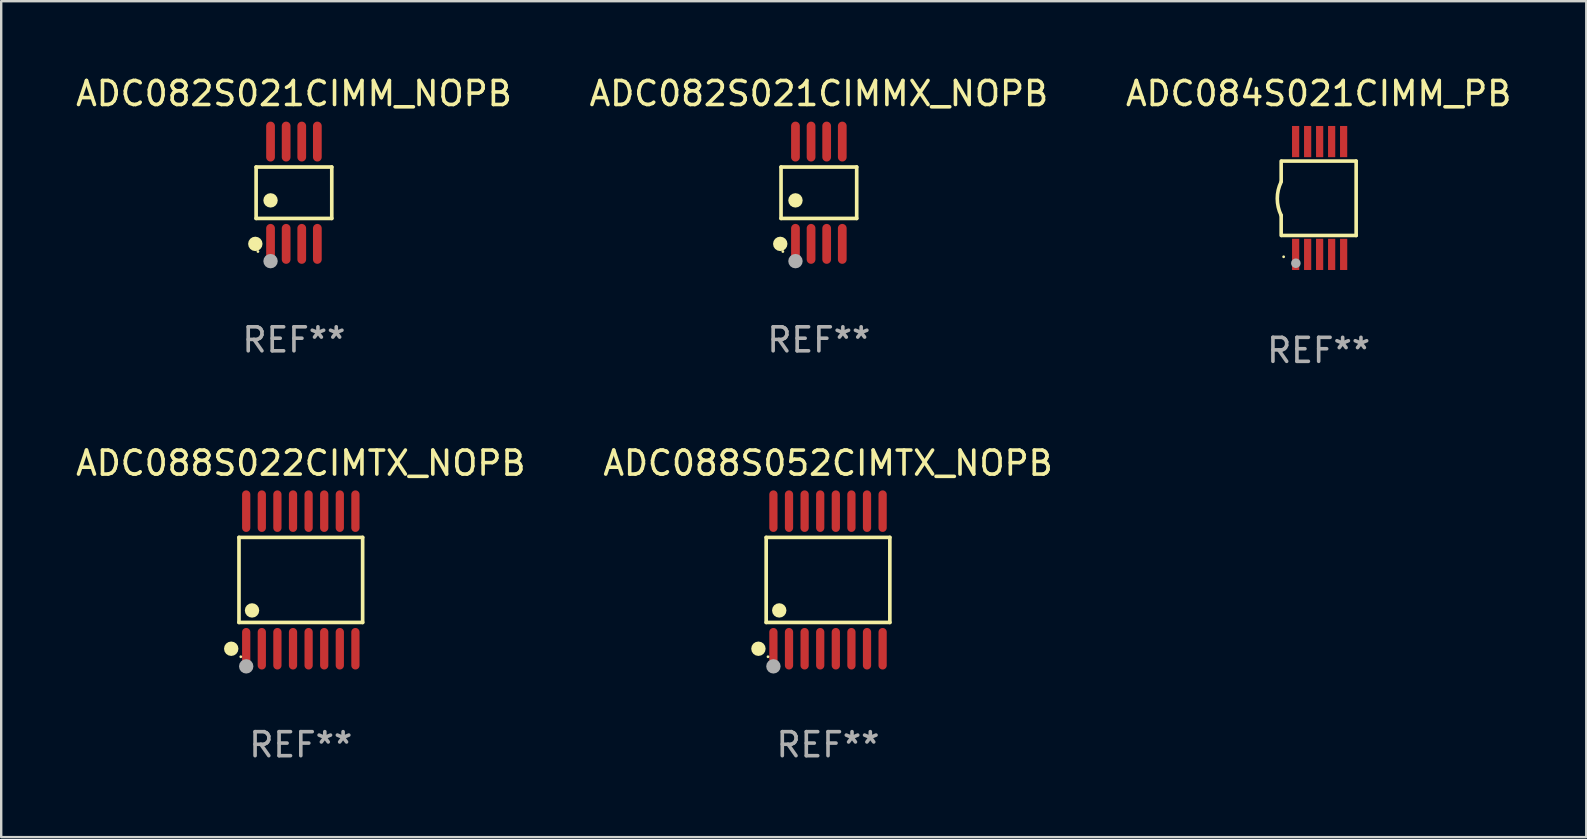
<source format=kicad_pcb>
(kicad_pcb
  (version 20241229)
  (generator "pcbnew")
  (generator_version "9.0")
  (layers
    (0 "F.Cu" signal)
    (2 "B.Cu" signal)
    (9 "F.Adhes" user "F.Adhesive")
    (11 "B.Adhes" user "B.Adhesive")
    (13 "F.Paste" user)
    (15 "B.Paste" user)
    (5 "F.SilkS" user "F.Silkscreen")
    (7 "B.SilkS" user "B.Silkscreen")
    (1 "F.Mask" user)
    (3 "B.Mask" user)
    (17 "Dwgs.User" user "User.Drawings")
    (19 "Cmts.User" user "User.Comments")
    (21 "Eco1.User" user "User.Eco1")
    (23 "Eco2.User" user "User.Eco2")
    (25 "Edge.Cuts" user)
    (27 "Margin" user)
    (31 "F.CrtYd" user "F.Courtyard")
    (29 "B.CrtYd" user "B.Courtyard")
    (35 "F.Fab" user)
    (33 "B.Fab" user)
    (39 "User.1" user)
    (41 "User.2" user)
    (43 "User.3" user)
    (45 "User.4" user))
  (footprint "ADC084S021CIMM_PB"
    (layer "F.Cu")
    (at 51.887 5.198)
    (property "Reference" "ADC084S021CIMM_PB" (at 0 -4.35 0) (layer "F.SilkS") (effects (font (size 1 1) (thickness 0.15))))
    (attr through_hole)
    (fp_line (start -1.562 -1.537) (end -1.562 -0.698) (stroke (width 0.15) (type solid)) (layer "F.SilkS"))
    (fp_line (start -1.562 0.724) (end -1.562 1.562) (stroke (width 0.15) (type solid)) (layer "F.SilkS"))
    (fp_line (start -1.538 -1.537) (end 1.562 -1.537) (stroke (width 0.15) (type solid)) (layer "F.SilkS"))
    (fp_line (start -1.538 1.562) (end 1.562 1.562) (stroke (width 0.15) (type solid)) (layer "F.SilkS"))
    (fp_line (start 1.562 1.564) (end 1.562 -1.537) (stroke (width 0.15) (type solid)) (layer "F.SilkS"))
    (fp_arc (start -1.562103 0.724079) (mid -1.723579 0.025578) (end -1.562103 -0.672924) (stroke (width 0.150013) (type solid)) (layer "F.SilkS"))
    (fp_circle (center -1.459 2.45) (end -1.429 2.45) (stroke (width 0.06) (type solid)) (fill no) (layer "F.SilkS"))
    (fp_circle (center -0.95 2.718) (end -0.85 2.718) (stroke (width 0.2) (type solid)) (fill no) (layer "F.Fab"))
    (fp_text user "REF**" (at 0 6.35 0) (layer "F.Fab") (effects (font (size 1 1) (thickness 0.15))))
    (pad "1" smd rect (at -0.959 2.35) (size 0.3 1.3) (layers "F.Cu" "F.Mask" "F.Paste"))
    (pad "2" smd rect (at -0.459 2.35) (size 0.3 1.3) (layers "F.Cu" "F.Mask" "F.Paste"))
    (pad "3" smd rect (at 0.04 2.35) (size 0.3 1.3) (layers "F.Cu" "F.Mask" "F.Paste"))
    (pad "4" smd rect (at 0.541 2.35) (size 0.3 1.3) (layers "F.Cu" "F.Mask" "F.Paste"))
    (pad "5" smd rect (at 1.041 2.35) (size 0.3 1.3) (layers "F.Cu" "F.Mask" "F.Paste"))
    (pad "6" smd rect (at 1.04 -2.35) (size 0.3 1.3) (layers "F.Cu" "F.Mask" "F.Paste"))
    (pad "7" smd rect (at 0.541 -2.35) (size 0.3 1.3) (layers "F.Cu" "F.Mask" "F.Paste"))
    (pad "8" smd rect (at 0.041 -2.35) (size 0.3 1.3) (layers "F.Cu" "F.Mask" "F.Paste"))
    (pad "9" smd rect (at -0.459 -2.35) (size 0.3 1.3) (layers "F.Cu" "F.Mask" "F.Paste"))
    (pad "10" smd rect (at -0.96 -2.35) (size 0.3 1.3) (layers "F.Cu" "F.Mask" "F.Paste")))
  (footprint "ADC088S022CIMTX_NOPB"
    (layer "F.Cu")
    (at 9.482 21.111)
    (property "Reference" "ADC088S022CIMTX_NOPB" (at 0 -4.866 0) (layer "F.SilkS") (effects (font (size 1 1) (thickness 0.15))))
    (attr through_hole)
    (fp_line (start -2.576 -1.772) (end 2.576 -1.772) (stroke (width 0.152) (type solid)) (layer "F.SilkS"))
    (fp_line (start -2.576 1.771) (end -2.576 -1.772) (stroke (width 0.152) (type solid)) (layer "F.SilkS"))
    (fp_line (start 2.576 -1.772) (end 2.576 1.771) (stroke (width 0.152) (type solid)) (layer "F.SilkS"))
    (fp_line (start 2.576 1.771) (end -2.576 1.771) (stroke (width 0.152) (type solid)) (layer "F.SilkS"))
    (fp_circle (center -2.899 2.866) (end -2.749 2.866) (stroke (width 0.3) (type solid)) (fill no) (layer "F.SilkS"))
    (fp_circle (center -2.5 3.2) (end -2.47 3.2) (stroke (width 0.06) (type solid)) (fill no) (layer "F.SilkS"))
    (fp_circle (center -2.032 1.27) (end -1.882 1.27) (stroke (width 0.3) (type solid)) (fill no) (layer "F.SilkS"))
    (fp_circle (center -2.275 3.6) (end -2.125 3.6) (stroke (width 0.3) (type solid)) (fill no) (layer "F.Fab"))
    (fp_text user "REF**" (at 0 6.866 0) (layer "F.Fab") (effects (font (size 1 1) (thickness 0.15))))
    (pad "1" smd oval (at -2.275 2.866) (size 0.343 1.731) (layers "F.Cu" "F.Mask" "F.Paste"))
    (pad "2" smd oval (at -1.625 2.866) (size 0.343 1.731) (layers "F.Cu" "F.Mask" "F.Paste"))
    (pad "3" smd oval (at -0.975 2.866) (size 0.343 1.731) (layers "F.Cu" "F.Mask" "F.Paste"))
    (pad "4" smd oval (at -0.325 2.866) (size 0.343 1.731) (layers "F.Cu" "F.Mask" "F.Paste"))
    (pad "5" smd oval (at 0.325 2.866) (size 0.343 1.731) (layers "F.Cu" "F.Mask" "F.Paste"))
    (pad "6" smd oval (at 0.975 2.866) (size 0.343 1.731) (layers "F.Cu" "F.Mask" "F.Paste"))
    (pad "7" smd oval (at 1.625 2.866) (size 0.343 1.731) (layers "F.Cu" "F.Mask" "F.Paste"))
    (pad "8" smd oval (at 2.275 2.866) (size 0.343 1.731) (layers "F.Cu" "F.Mask" "F.Paste"))
    (pad "9" smd oval (at 2.275 -2.866) (size 0.343 1.731) (layers "F.Cu" "F.Mask" "F.Paste"))
    (pad "10" smd oval (at 1.625 -2.866) (size 0.343 1.731) (layers "F.Cu" "F.Mask" "F.Paste"))
    (pad "11" smd oval (at 0.975 -2.866) (size 0.343 1.731) (layers "F.Cu" "F.Mask" "F.Paste"))
    (pad "12" smd oval (at 0.325 -2.866) (size 0.343 1.731) (layers "F.Cu" "F.Mask" "F.Paste"))
    (pad "13" smd oval (at -0.325 -2.866) (size 0.343 1.731) (layers "F.Cu" "F.Mask" "F.Paste"))
    (pad "14" smd oval (at -0.975 -2.866) (size 0.343 1.731) (layers "F.Cu" "F.Mask" "F.Paste"))
    (pad "15" smd oval (at -1.625 -2.866) (size 0.343 1.731) (layers "F.Cu" "F.Mask" "F.Paste"))
    (pad "16" smd oval (at -2.275 -2.866) (size 0.343 1.731) (layers "F.Cu" "F.Mask" "F.Paste")))
  (footprint "ADC088S052CIMTX_NOPB"
    (layer "F.Cu")
    (at 31.446 21.111)
    (property "Reference" "ADC088S052CIMTX_NOPB" (at 0 -4.866 0) (layer "F.SilkS") (effects (font (size 1 1) (thickness 0.15))))
    (attr through_hole)
    (fp_line (start -2.576 -1.772) (end 2.576 -1.772) (stroke (width 0.152) (type solid)) (layer "F.SilkS"))
    (fp_line (start -2.576 1.771) (end -2.576 -1.772) (stroke (width 0.152) (type solid)) (layer "F.SilkS"))
    (fp_line (start 2.576 -1.772) (end 2.576 1.771) (stroke (width 0.152) (type solid)) (layer "F.SilkS"))
    (fp_line (start 2.576 1.771) (end -2.576 1.771) (stroke (width 0.152) (type solid)) (layer "F.SilkS"))
    (fp_circle (center -2.899 2.866) (end -2.749 2.866) (stroke (width 0.3) (type solid)) (fill no) (layer "F.SilkS"))
    (fp_circle (center -2.5 3.2) (end -2.47 3.2) (stroke (width 0.06) (type solid)) (fill no) (layer "F.SilkS"))
    (fp_circle (center -2.032 1.27) (end -1.882 1.27) (stroke (width 0.3) (type solid)) (fill no) (layer "F.SilkS"))
    (fp_circle (center -2.275 3.6) (end -2.125 3.6) (stroke (width 0.3) (type solid)) (fill no) (layer "F.Fab"))
    (fp_text user "REF**" (at 0 6.866 0) (layer "F.Fab") (effects (font (size 1 1) (thickness 0.15))))
    (pad "1" smd oval (at -2.275 2.866) (size 0.343 1.731) (layers "F.Cu" "F.Mask" "F.Paste"))
    (pad "2" smd oval (at -1.625 2.866) (size 0.343 1.731) (layers "F.Cu" "F.Mask" "F.Paste"))
    (pad "3" smd oval (at -0.975 2.866) (size 0.343 1.731) (layers "F.Cu" "F.Mask" "F.Paste"))
    (pad "4" smd oval (at -0.325 2.866) (size 0.343 1.731) (layers "F.Cu" "F.Mask" "F.Paste"))
    (pad "5" smd oval (at 0.325 2.866) (size 0.343 1.731) (layers "F.Cu" "F.Mask" "F.Paste"))
    (pad "6" smd oval (at 0.975 2.866) (size 0.343 1.731) (layers "F.Cu" "F.Mask" "F.Paste"))
    (pad "7" smd oval (at 1.625 2.866) (size 0.343 1.731) (layers "F.Cu" "F.Mask" "F.Paste"))
    (pad "8" smd oval (at 2.275 2.866) (size 0.343 1.731) (layers "F.Cu" "F.Mask" "F.Paste"))
    (pad "9" smd oval (at 2.275 -2.866) (size 0.343 1.731) (layers "F.Cu" "F.Mask" "F.Paste"))
    (pad "10" smd oval (at 1.625 -2.866) (size 0.343 1.731) (layers "F.Cu" "F.Mask" "F.Paste"))
    (pad "11" smd oval (at 0.975 -2.866) (size 0.343 1.731) (layers "F.Cu" "F.Mask" "F.Paste"))
    (pad "12" smd oval (at 0.325 -2.866) (size 0.343 1.731) (layers "F.Cu" "F.Mask" "F.Paste"))
    (pad "13" smd oval (at -0.325 -2.866) (size 0.343 1.731) (layers "F.Cu" "F.Mask" "F.Paste"))
    (pad "14" smd oval (at -0.975 -2.866) (size 0.343 1.731) (layers "F.Cu" "F.Mask" "F.Paste"))
    (pad "15" smd oval (at -1.625 -2.866) (size 0.343 1.731) (layers "F.Cu" "F.Mask" "F.Paste"))
    (pad "16" smd oval (at -2.275 -2.866) (size 0.343 1.731) (layers "F.Cu" "F.Mask" "F.Paste")))
  (footprint "ADC082S021CIMM_NOPB"
    (layer "F.Cu")
    (at 9.196 4.979)
    (property "Reference" "ADC082S021CIMM_NOPB" (at 0 -4.131 0) (layer "F.SilkS") (effects (font (size 1 1) (thickness 0.15))))
    (attr through_hole)
    (fp_line (start -1.576 -1.071) (end 1.576 -1.071) (stroke (width 0.152) (type solid)) (layer "F.SilkS"))
    (fp_line (start -1.576 1.071) (end -1.576 -1.071) (stroke (width 0.152) (type solid)) (layer "F.SilkS"))
    (fp_line (start 1.576 -1.071) (end 1.576 1.071) (stroke (width 0.152) (type solid)) (layer "F.SilkS"))
    (fp_line (start 1.576 1.071) (end -1.576 1.071) (stroke (width 0.152) (type solid)) (layer "F.SilkS"))
    (fp_circle (center -1.609 2.131) (end -1.459 2.131) (stroke (width 0.3) (type solid)) (fill no) (layer "F.SilkS"))
    (fp_circle (center -1.5 2.45) (end -1.47 2.45) (stroke (width 0.06) (type solid)) (fill no) (layer "F.SilkS"))
    (fp_circle (center -0.975 0.319) (end -0.825 0.319) (stroke (width 0.3) (type solid)) (fill no) (layer "F.SilkS"))
    (fp_circle (center -0.975 2.85) (end -0.825 2.85) (stroke (width 0.3) (type solid)) (fill no) (layer "F.Fab"))
    (fp_text user "REF**" (at 0 6.131 0) (layer "F.Fab") (effects (font (size 1 1) (thickness 0.15))))
    (pad "1" smd oval (at -0.975 2.131) (size 0.364 1.662) (layers "F.Cu" "F.Mask" "F.Paste"))
    (pad "2" smd oval (at -0.325 2.131) (size 0.364 1.662) (layers "F.Cu" "F.Mask" "F.Paste"))
    (pad "3" smd oval (at 0.325 2.131) (size 0.364 1.662) (layers "F.Cu" "F.Mask" "F.Paste"))
    (pad "4" smd oval (at 0.975 2.131) (size 0.364 1.662) (layers "F.Cu" "F.Mask" "F.Paste"))
    (pad "5" smd oval (at 0.975 -2.131) (size 0.364 1.662) (layers "F.Cu" "F.Mask" "F.Paste"))
    (pad "6" smd oval (at 0.325 -2.131) (size 0.364 1.662) (layers "F.Cu" "F.Mask" "F.Paste"))
    (pad "7" smd oval (at -0.325 -2.131) (size 0.364 1.662) (layers "F.Cu" "F.Mask" "F.Paste"))
    (pad "8" smd oval (at -0.975 -2.131) (size 0.364 1.662) (layers "F.Cu" "F.Mask" "F.Paste")))
  (footprint "ADC082S021CIMMX_NOPB"
    (layer "F.Cu")
    (at 31.065 4.979)
    (property "Reference" "ADC082S021CIMMX_NOPB" (at 0 -4.131 0) (layer "F.SilkS") (effects (font (size 1 1) (thickness 0.15))))
    (attr through_hole)
    (fp_line (start -1.576 -1.071) (end 1.576 -1.071) (stroke (width 0.152) (type solid)) (layer "F.SilkS"))
    (fp_line (start -1.576 1.071) (end -1.576 -1.071) (stroke (width 0.152) (type solid)) (layer "F.SilkS"))
    (fp_line (start 1.576 -1.071) (end 1.576 1.071) (stroke (width 0.152) (type solid)) (layer "F.SilkS"))
    (fp_line (start 1.576 1.071) (end -1.576 1.071) (stroke (width 0.152) (type solid)) (layer "F.SilkS"))
    (fp_circle (center -1.609 2.131) (end -1.459 2.131) (stroke (width 0.3) (type solid)) (fill no) (layer "F.SilkS"))
    (fp_circle (center -1.5 2.45) (end -1.47 2.45) (stroke (width 0.06) (type solid)) (fill no) (layer "F.SilkS"))
    (fp_circle (center -0.975 0.319) (end -0.825 0.319) (stroke (width 0.3) (type solid)) (fill no) (layer "F.SilkS"))
    (fp_circle (center -0.975 2.85) (end -0.825 2.85) (stroke (width 0.3) (type solid)) (fill no) (layer "F.Fab"))
    (fp_text user "REF**" (at 0 6.131 0) (layer "F.Fab") (effects (font (size 1 1) (thickness 0.15))))
    (pad "1" smd oval (at -0.975 2.131) (size 0.364 1.662) (layers "F.Cu" "F.Mask" "F.Paste"))
    (pad "2" smd oval (at -0.325 2.131) (size 0.364 1.662) (layers "F.Cu" "F.Mask" "F.Paste"))
    (pad "3" smd oval (at 0.325 2.131) (size 0.364 1.662) (layers "F.Cu" "F.Mask" "F.Paste"))
    (pad "4" smd oval (at 0.975 2.131) (size 0.364 1.662) (layers "F.Cu" "F.Mask" "F.Paste"))
    (pad "5" smd oval (at 0.975 -2.131) (size 0.364 1.662) (layers "F.Cu" "F.Mask" "F.Paste"))
    (pad "6" smd oval (at 0.325 -2.131) (size 0.364 1.662) (layers "F.Cu" "F.Mask" "F.Paste"))
    (pad "7" smd oval (at -0.325 -2.131) (size 0.364 1.662) (layers "F.Cu" "F.Mask" "F.Paste"))
    (pad "8" smd oval (at -0.975 -2.131) (size 0.364 1.662) (layers "F.Cu" "F.Mask" "F.Paste")))
  (gr_rect
    (start -3 -3)
    (end 63.036 31.825)
    (stroke (width 0.1) (type default))
    (fill no)
    (layer "Edge.Cuts")))
</source>
